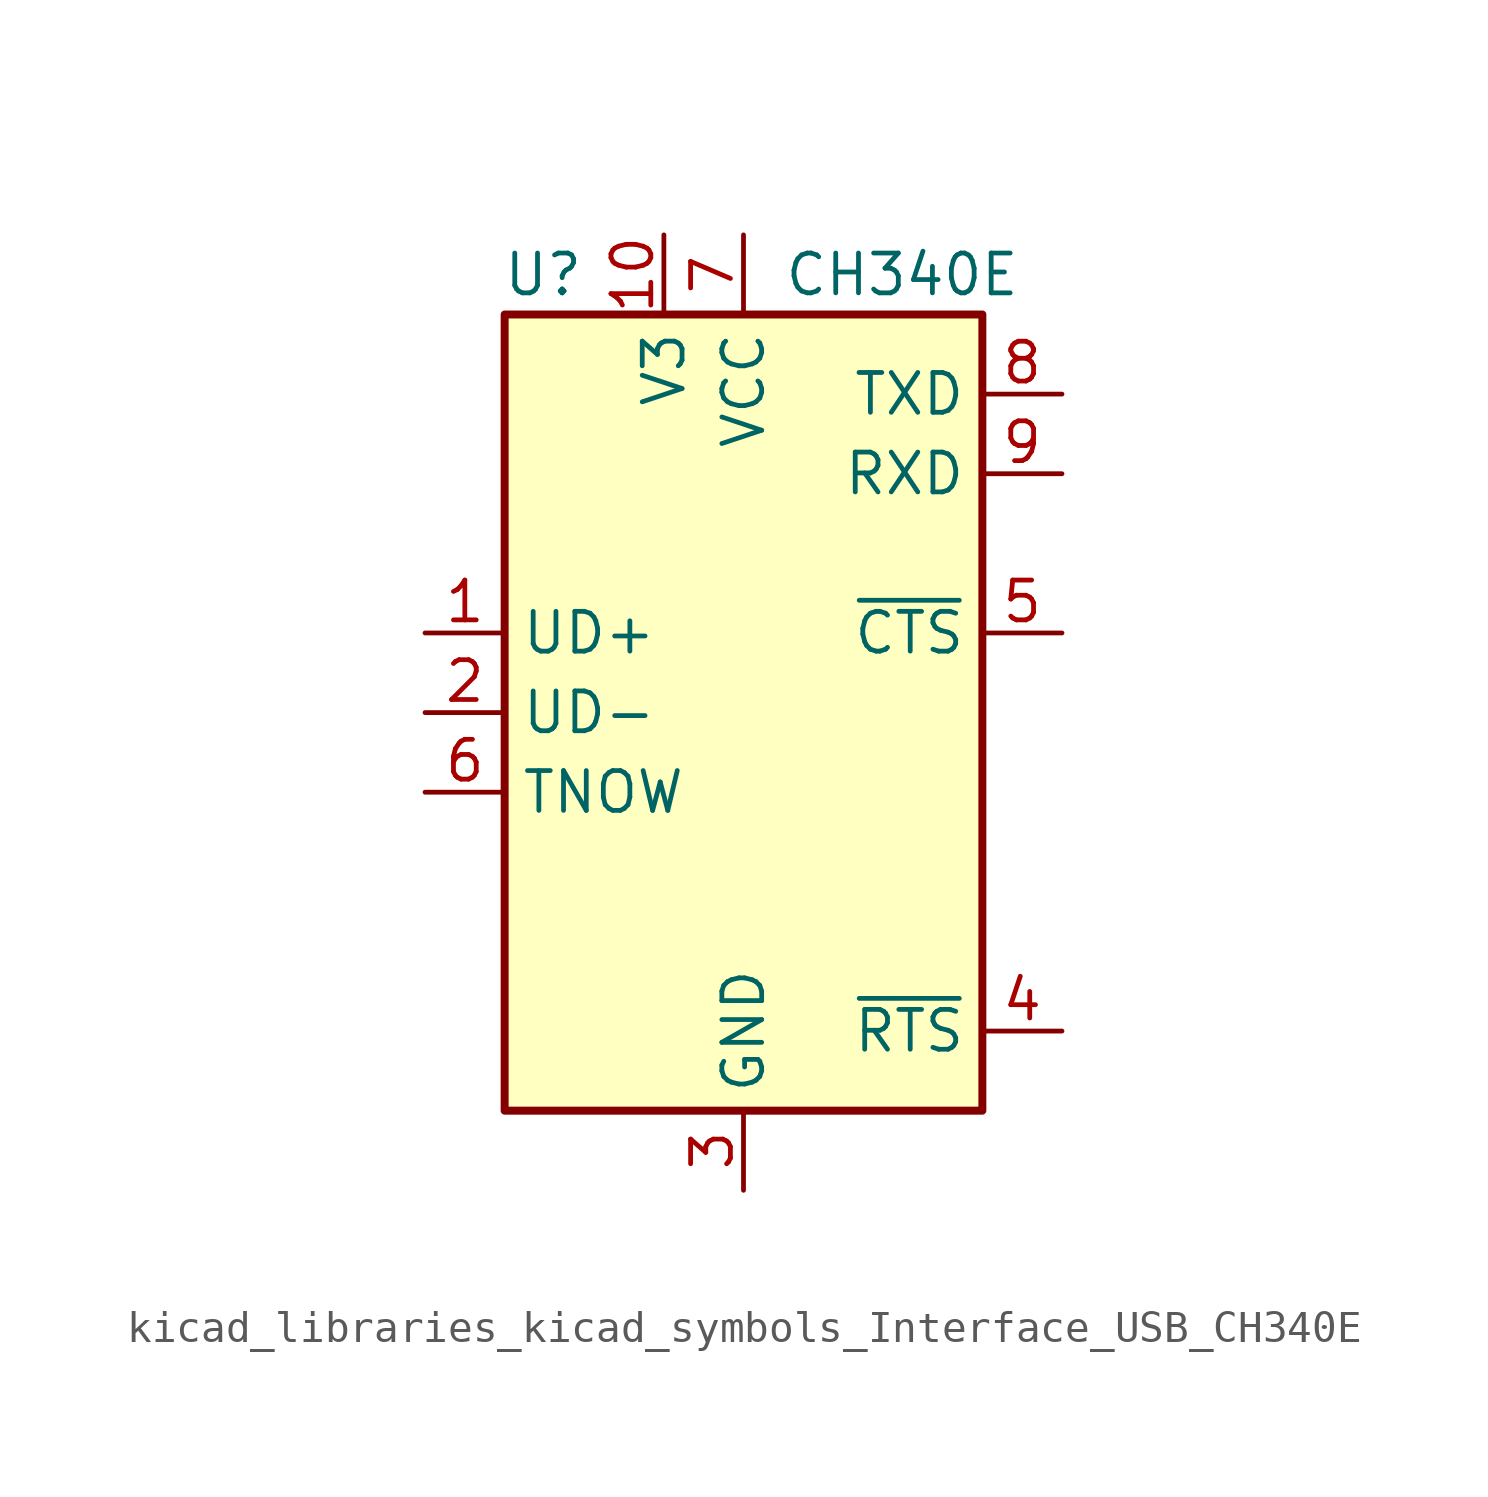
<source format=kicad_sym>
(kicad_symbol_lib
  (version 20220914)
  (generator kicad_symbol_editor)
  (symbol "kicad_libraries_kicad_symbols_Interface_USB_CH340E"
    (property "Reference" "U"
      (at -5.08 13.97 0)
      (effects (font (size 1.27 1.27)) (justify right)))
    (property "Value" "CH340E"
      (at 1.27 13.97 0)
      (effects (font (size 1.27 1.27)) (justify left)))
    (symbol "kicad_libraries_kicad_symbols_Interface_USB_CH340E_0_1"
      (rectangle (start -7.62 12.7) (end 7.62 -12.7) (stroke (width 0.254) (type default)) (fill (type background))))
    (symbol "kicad_libraries_kicad_symbols_Interface_USB_CH340E_1_1"
      (pin bidirectional line (at -10.16 2.54 0) (length 2.54) (name "UD+" (effects (font (size 1.27 1.27)))) (number "1" (effects (font (size 1.27 1.27)))))
      (pin passive line (at -2.54 15.24 270) (length 2.54) (name "V3" (effects (font (size 1.27 1.27)))) (number "10" (effects (font (size 1.27 1.27)))))
      (pin bidirectional line (at -10.16 0 0) (length 2.54) (name "UD-" (effects (font (size 1.27 1.27)))) (number "2" (effects (font (size 1.27 1.27)))))
      (pin power_in line (at 0 -15.24 90) (length 2.54) (name "GND" (effects (font (size 1.27 1.27)))) (number "3" (effects (font (size 1.27 1.27)))))
      (pin output line (at 10.16 -10.16 180) (length 2.54) (name "~{RTS}" (effects (font (size 1.27 1.27)))) (number "4" (effects (font (size 1.27 1.27)))))
      (pin input line (at 10.16 2.54 180) (length 2.54) (name "~{CTS}" (effects (font (size 1.27 1.27)))) (number "5" (effects (font (size 1.27 1.27)))))
      (pin output line (at -10.16 -2.54 0) (length 2.54) (name "TNOW" (effects (font (size 1.27 1.27)))) (number "6" (effects (font (size 1.27 1.27)))))
      (pin power_in line (at 0 15.24 270) (length 2.54) (name "VCC" (effects (font (size 1.27 1.27)))) (number "7" (effects (font (size 1.27 1.27)))))
      (pin output line (at 10.16 10.16 180) (length 2.54) (name "TXD" (effects (font (size 1.27 1.27)))) (number "8" (effects (font (size 1.27 1.27)))))
      (pin input line (at 10.16 7.62 180) (length 2.54) (name "RXD" (effects (font (size 1.27 1.27)))) (number "9" (effects (font (size 1.27 1.27))))))))
</source>
